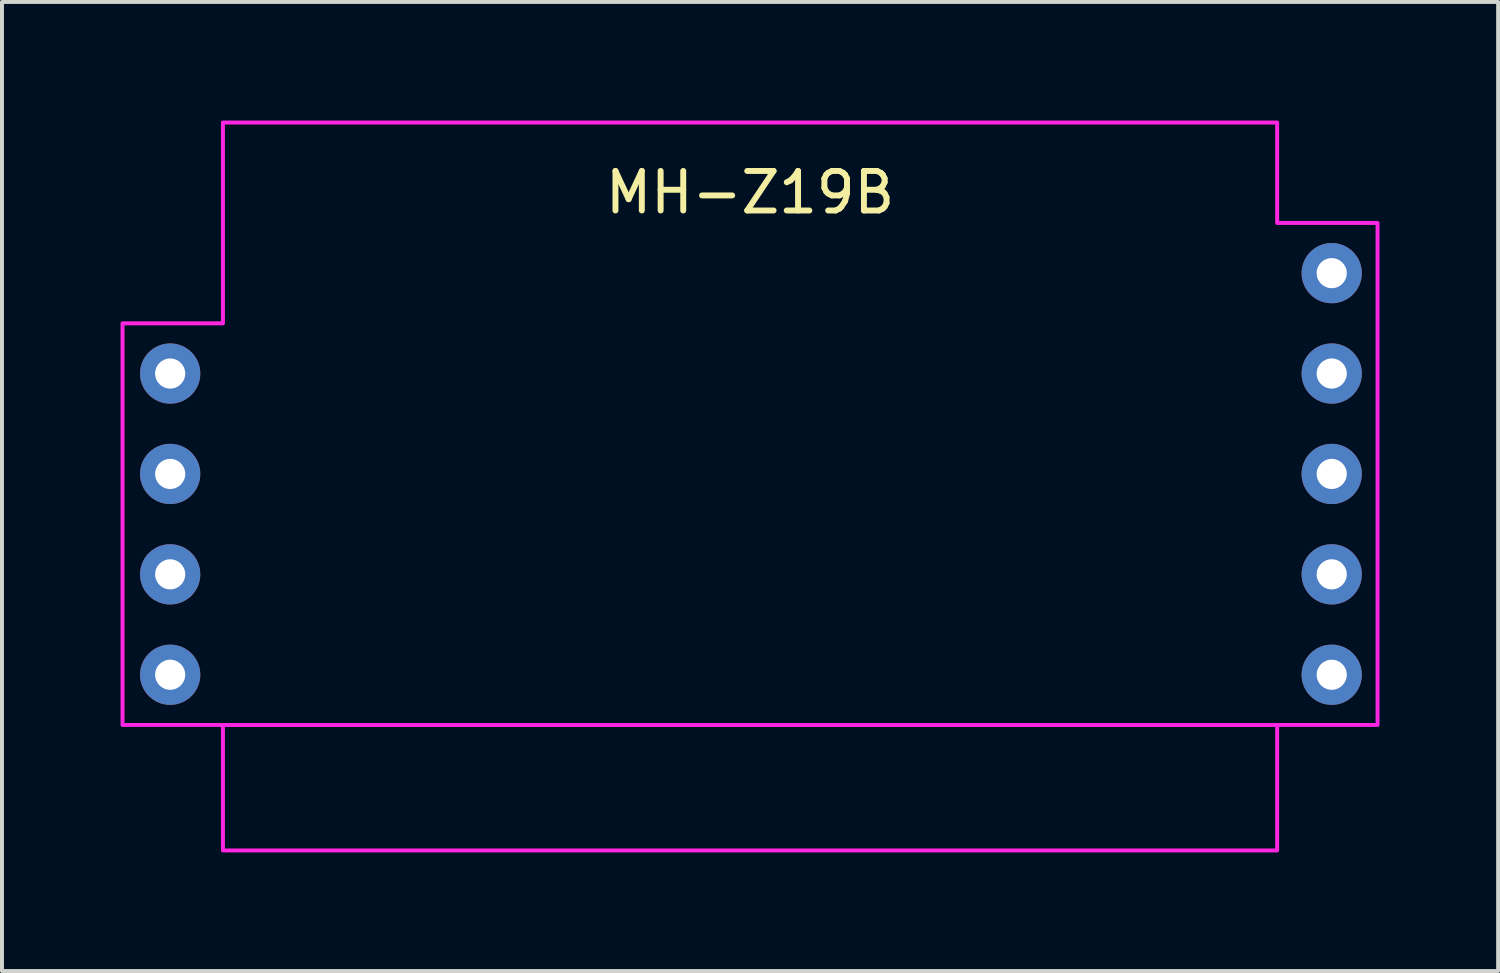
<source format=kicad_pcb>
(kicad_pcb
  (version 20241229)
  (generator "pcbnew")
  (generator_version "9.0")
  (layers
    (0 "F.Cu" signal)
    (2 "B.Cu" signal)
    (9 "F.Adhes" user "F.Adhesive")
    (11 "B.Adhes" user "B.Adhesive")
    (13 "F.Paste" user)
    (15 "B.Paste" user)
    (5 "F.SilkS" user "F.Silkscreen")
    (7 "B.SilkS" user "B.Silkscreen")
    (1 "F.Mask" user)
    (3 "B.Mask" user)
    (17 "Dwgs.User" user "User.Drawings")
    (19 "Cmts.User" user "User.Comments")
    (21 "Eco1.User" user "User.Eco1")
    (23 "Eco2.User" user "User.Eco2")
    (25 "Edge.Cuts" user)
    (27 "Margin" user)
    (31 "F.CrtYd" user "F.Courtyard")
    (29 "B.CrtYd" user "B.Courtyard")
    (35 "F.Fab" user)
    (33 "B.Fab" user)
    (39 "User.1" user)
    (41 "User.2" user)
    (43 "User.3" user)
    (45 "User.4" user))
  (footprint "MH-Z19B"
    (layer "F.Cu")
    (at 15.925 1.32)
    (property "Reference" "MH-Z19B" (at 0 0.5 0) (layer "F.SilkS") (effects (font (size 1 1) (thickness 0.15))))
    (attr through_hole)
    (fp_poly (pts (xy 13.335 17.145) (xy -13.335 17.145) (xy -13.335 13.97) (xy 13.335 13.97)) (stroke (width 0.1) (type solid)) (fill no) (layer "F.CrtYd"))
    (fp_poly (pts (xy 13.335 1.27) (xy 15.875 1.27) (xy 15.875 13.97) (xy -15.875 13.97) (xy -15.875 3.81) (xy -13.335 3.81) (xy -13.335 -1.27) (xy 13.335 -1.27)) (stroke (width 0.1) (type solid)) (fill no) (layer "F.CrtYd"))
    (pad "1" thru_hole circle (at 14.715 2.54) (size 1.524 1.524) (drill 0.762) (layers "*.Cu" "*.Mask"))
    (pad "2" thru_hole circle (at 14.715 5.08) (size 1.524 1.524) (drill 0.762) (layers "*.Cu" "*.Mask"))
    (pad "3" thru_hole circle (at 14.715 7.62) (size 1.524 1.524) (drill 0.762) (layers "*.Cu" "*.Mask"))
    (pad "4" thru_hole circle (at 14.715 10.16) (size 1.524 1.524) (drill 0.762) (layers "*.Cu" "*.Mask"))
    (pad "5" thru_hole circle (at 14.715 12.7) (size 1.524 1.524) (drill 0.762) (layers "*.Cu" "*.Mask"))
    (pad "6" thru_hole circle (at -14.67 5.08) (size 1.524 1.524) (drill 0.762) (layers "*.Cu" "*.Mask"))
    (pad "7" thru_hole circle (at -14.67 7.62) (size 1.524 1.524) (drill 0.762) (layers "*.Cu" "*.Mask"))
    (pad "8" thru_hole circle (at -14.67 10.16) (size 1.524 1.524) (drill 0.762) (layers "*.Cu" "*.Mask"))
    (pad "9" thru_hole circle (at -14.67 12.7) (size 1.524 1.524) (drill 0.762) (layers "*.Cu" "*.Mask")))
  (gr_rect
    (start -3 -3)
    (end 34.85 21.515)
    (stroke (width 0.1) (type default))
    (fill no)
    (layer "Edge.Cuts")))
</source>
